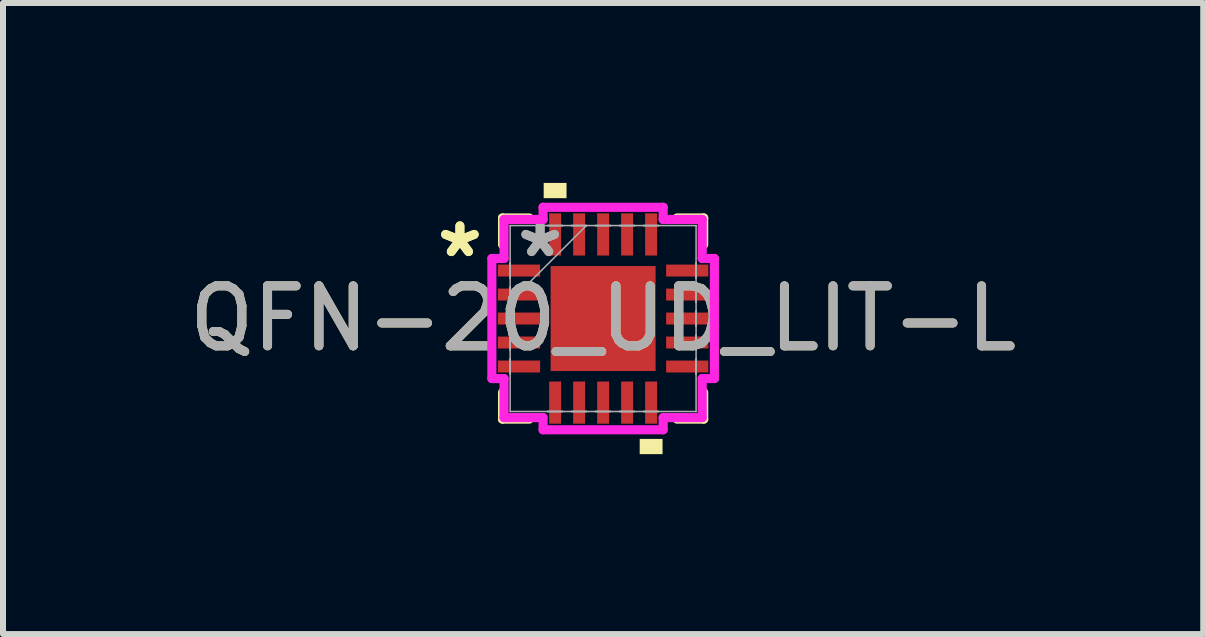
<source format=kicad_pcb>
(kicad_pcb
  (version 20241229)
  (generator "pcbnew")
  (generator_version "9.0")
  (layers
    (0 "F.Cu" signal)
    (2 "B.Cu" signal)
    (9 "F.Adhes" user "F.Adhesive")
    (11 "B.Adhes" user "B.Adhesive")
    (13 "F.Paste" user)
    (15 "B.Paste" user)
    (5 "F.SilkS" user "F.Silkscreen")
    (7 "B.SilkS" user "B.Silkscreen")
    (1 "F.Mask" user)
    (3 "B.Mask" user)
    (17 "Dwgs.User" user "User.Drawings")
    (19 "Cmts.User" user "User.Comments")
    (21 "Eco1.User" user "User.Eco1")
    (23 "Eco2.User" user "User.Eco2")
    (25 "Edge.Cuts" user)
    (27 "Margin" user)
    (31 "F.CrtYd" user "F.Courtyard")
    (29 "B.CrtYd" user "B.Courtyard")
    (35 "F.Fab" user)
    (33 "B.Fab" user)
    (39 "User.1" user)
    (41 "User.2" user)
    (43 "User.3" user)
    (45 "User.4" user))
  (footprint "QFN-20_UD_LIT-L"
    (layer "F.Cu")
    (at 7.006 2.261)
    (property "Reference" "QFN-20_UD_LIT-L" (at 0 0 0) (unlocked yes) (layer "F.SilkS") (effects (font (size 1 1) (thickness 0.15))))
    (attr smd)
    (fp_line (start -1.677 -1.677) (end -1.677 -1.232) (stroke (width 0.152) (type solid)) (layer "F.SilkS"))
    (fp_line (start -1.677 1.232) (end -1.677 1.677) (stroke (width 0.152) (type solid)) (layer "F.SilkS"))
    (fp_line (start -1.677 1.677) (end -1.232 1.677) (stroke (width 0.152) (type solid)) (layer "F.SilkS"))
    (fp_line (start -1.232 -1.677) (end -1.677 -1.677) (stroke (width 0.152) (type solid)) (layer "F.SilkS"))
    (fp_line (start 1.232 1.677) (end 1.677 1.677) (stroke (width 0.152) (type solid)) (layer "F.SilkS"))
    (fp_line (start 1.677 -1.677) (end 1.232 -1.677) (stroke (width 0.152) (type solid)) (layer "F.SilkS"))
    (fp_line (start 1.677 -1.232) (end 1.677 -1.677) (stroke (width 0.152) (type solid)) (layer "F.SilkS"))
    (fp_line (start 1.677 1.677) (end 1.677 1.232) (stroke (width 0.152) (type solid)) (layer "F.SilkS"))
    (fp_poly (pts (xy -0.991 -2.007) (xy -0.991 -2.261) (xy -0.61 -2.261) (xy -0.61 -2.007)) (stroke (width 0) (type solid)) (fill yes) (layer "F.SilkS"))
    (fp_poly (pts (xy 0.61 2.007) (xy 0.61 2.261) (xy 0.991 2.261) (xy 0.991 2.007)) (stroke (width 0) (type solid)) (fill yes) (layer "F.SilkS"))
    (fp_line (start -1.855 -1.001) (end -1.652 -1.001) (stroke (width 0.152) (type solid)) (layer "F.CrtYd"))
    (fp_line (start -1.855 1.001) (end -1.855 -1.001) (stroke (width 0.152) (type solid)) (layer "F.CrtYd"))
    (fp_line (start -1.652 -1.652) (end -1.001 -1.652) (stroke (width 0.152) (type solid)) (layer "F.CrtYd"))
    (fp_line (start -1.652 -1.001) (end -1.652 -1.652) (stroke (width 0.152) (type solid)) (layer "F.CrtYd"))
    (fp_line (start -1.652 1.001) (end -1.855 1.001) (stroke (width 0.152) (type solid)) (layer "F.CrtYd"))
    (fp_line (start -1.652 1.652) (end -1.652 1.001) (stroke (width 0.152) (type solid)) (layer "F.CrtYd"))
    (fp_line (start -1.001 -1.855) (end 1.001 -1.855) (stroke (width 0.152) (type solid)) (layer "F.CrtYd"))
    (fp_line (start -1.001 -1.652) (end -1.001 -1.855) (stroke (width 0.152) (type solid)) (layer "F.CrtYd"))
    (fp_line (start -1.001 1.652) (end -1.652 1.652) (stroke (width 0.152) (type solid)) (layer "F.CrtYd"))
    (fp_line (start -1.001 1.855) (end -1.001 1.652) (stroke (width 0.152) (type solid)) (layer "F.CrtYd"))
    (fp_line (start 1.001 -1.855) (end 1.001 -1.652) (stroke (width 0.152) (type solid)) (layer "F.CrtYd"))
    (fp_line (start 1.001 -1.652) (end 1.652 -1.652) (stroke (width 0.152) (type solid)) (layer "F.CrtYd"))
    (fp_line (start 1.001 1.652) (end 1.001 1.855) (stroke (width 0.152) (type solid)) (layer "F.CrtYd"))
    (fp_line (start 1.001 1.855) (end -1.001 1.855) (stroke (width 0.152) (type solid)) (layer "F.CrtYd"))
    (fp_line (start 1.652 -1.652) (end 1.652 -1.001) (stroke (width 0.152) (type solid)) (layer "F.CrtYd"))
    (fp_line (start 1.652 -1.001) (end 1.855 -1.001) (stroke (width 0.152) (type solid)) (layer "F.CrtYd"))
    (fp_line (start 1.652 1.001) (end 1.652 1.652) (stroke (width 0.152) (type solid)) (layer "F.CrtYd"))
    (fp_line (start 1.652 1.652) (end 1.001 1.652) (stroke (width 0.152) (type solid)) (layer "F.CrtYd"))
    (fp_line (start 1.855 -1.001) (end 1.855 1.001) (stroke (width 0.152) (type solid)) (layer "F.CrtYd"))
    (fp_line (start 1.855 1.001) (end 1.652 1.001) (stroke (width 0.152) (type solid)) (layer "F.CrtYd"))
    (fp_line (start -1.55 -1.55) (end -1.55 -1.55) (stroke (width 0.025) (type solid)) (layer "F.Fab"))
    (fp_line (start -1.55 -1.55) (end -1.55 1.55) (stroke (width 0.025) (type solid)) (layer "F.Fab"))
    (fp_line (start -1.55 -0.925) (end -1.55 -0.925) (stroke (width 0.025) (type solid)) (layer "F.Fab"))
    (fp_line (start -1.55 -0.925) (end -1.55 -0.675) (stroke (width 0.025) (type solid)) (layer "F.Fab"))
    (fp_line (start -1.55 -0.675) (end -1.55 -0.925) (stroke (width 0.025) (type solid)) (layer "F.Fab"))
    (fp_line (start -1.55 -0.675) (end -1.55 -0.675) (stroke (width 0.025) (type solid)) (layer "F.Fab"))
    (fp_line (start -1.55 -0.525) (end -1.55 -0.525) (stroke (width 0.025) (type solid)) (layer "F.Fab"))
    (fp_line (start -1.55 -0.525) (end -1.55 -0.275) (stroke (width 0.025) (type solid)) (layer "F.Fab"))
    (fp_line (start -1.55 -0.28) (end -0.28 -1.55) (stroke (width 0.025) (type solid)) (layer "F.Fab"))
    (fp_line (start -1.55 -0.275) (end -1.55 -0.525) (stroke (width 0.025) (type solid)) (layer "F.Fab"))
    (fp_line (start -1.55 -0.275) (end -1.55 -0.275) (stroke (width 0.025) (type solid)) (layer "F.Fab"))
    (fp_line (start -1.55 -0.125) (end -1.55 -0.125) (stroke (width 0.025) (type solid)) (layer "F.Fab"))
    (fp_line (start -1.55 -0.125) (end -1.55 0.125) (stroke (width 0.025) (type solid)) (layer "F.Fab"))
    (fp_line (start -1.55 0.125) (end -1.55 -0.125) (stroke (width 0.025) (type solid)) (layer "F.Fab"))
    (fp_line (start -1.55 0.125) (end -1.55 0.125) (stroke (width 0.025) (type solid)) (layer "F.Fab"))
    (fp_line (start -1.55 0.275) (end -1.55 0.275) (stroke (width 0.025) (type solid)) (layer "F.Fab"))
    (fp_line (start -1.55 0.275) (end -1.55 0.525) (stroke (width 0.025) (type solid)) (layer "F.Fab"))
    (fp_line (start -1.55 0.525) (end -1.55 0.275) (stroke (width 0.025) (type solid)) (layer "F.Fab"))
    (fp_line (start -1.55 0.525) (end -1.55 0.525) (stroke (width 0.025) (type solid)) (layer "F.Fab"))
    (fp_line (start -1.55 0.675) (end -1.55 0.675) (stroke (width 0.025) (type solid)) (layer "F.Fab"))
    (fp_line (start -1.55 0.675) (end -1.55 0.925) (stroke (width 0.025) (type solid)) (layer "F.Fab"))
    (fp_line (start -1.55 0.925) (end -1.55 0.675) (stroke (width 0.025) (type solid)) (layer "F.Fab"))
    (fp_line (start -1.55 0.925) (end -1.55 0.925) (stroke (width 0.025) (type solid)) (layer "F.Fab"))
    (fp_line (start -1.55 1.55) (end -1.55 1.55) (stroke (width 0.025) (type solid)) (layer "F.Fab"))
    (fp_line (start -1.55 1.55) (end 1.55 1.55) (stroke (width 0.025) (type solid)) (layer "F.Fab"))
    (fp_line (start -0.925 -1.55) (end -0.925 -1.55) (stroke (width 0.025) (type solid)) (layer "F.Fab"))
    (fp_line (start -0.925 -1.55) (end -0.675 -1.55) (stroke (width 0.025) (type solid)) (layer "F.Fab"))
    (fp_line (start -0.925 1.55) (end -0.925 1.55) (stroke (width 0.025) (type solid)) (layer "F.Fab"))
    (fp_line (start -0.925 1.55) (end -0.675 1.55) (stroke (width 0.025) (type solid)) (layer "F.Fab"))
    (fp_line (start -0.675 -1.55) (end -0.925 -1.55) (stroke (width 0.025) (type solid)) (layer "F.Fab"))
    (fp_line (start -0.675 -1.55) (end -0.675 -1.55) (stroke (width 0.025) (type solid)) (layer "F.Fab"))
    (fp_line (start -0.675 1.55) (end -0.925 1.55) (stroke (width 0.025) (type solid)) (layer "F.Fab"))
    (fp_line (start -0.675 1.55) (end -0.675 1.55) (stroke (width 0.025) (type solid)) (layer "F.Fab"))
    (fp_line (start -0.525 -1.55) (end -0.525 -1.55) (stroke (width 0.025) (type solid)) (layer "F.Fab"))
    (fp_line (start -0.525 -1.55) (end -0.275 -1.55) (stroke (width 0.025) (type solid)) (layer "F.Fab"))
    (fp_line (start -0.525 1.55) (end -0.525 1.55) (stroke (width 0.025) (type solid)) (layer "F.Fab"))
    (fp_line (start -0.525 1.55) (end -0.275 1.55) (stroke (width 0.025) (type solid)) (layer "F.Fab"))
    (fp_line (start -0.275 -1.55) (end -0.525 -1.55) (stroke (width 0.025) (type solid)) (layer "F.Fab"))
    (fp_line (start -0.275 -1.55) (end -0.275 -1.55) (stroke (width 0.025) (type solid)) (layer "F.Fab"))
    (fp_line (start -0.275 1.55) (end -0.525 1.55) (stroke (width 0.025) (type solid)) (layer "F.Fab"))
    (fp_line (start -0.275 1.55) (end -0.275 1.55) (stroke (width 0.025) (type solid)) (layer "F.Fab"))
    (fp_line (start -0.125 -1.55) (end -0.125 -1.55) (stroke (width 0.025) (type solid)) (layer "F.Fab"))
    (fp_line (start -0.125 -1.55) (end 0.125 -1.55) (stroke (width 0.025) (type solid)) (layer "F.Fab"))
    (fp_line (start -0.125 1.55) (end -0.125 1.55) (stroke (width 0.025) (type solid)) (layer "F.Fab"))
    (fp_line (start -0.125 1.55) (end 0.125 1.55) (stroke (width 0.025) (type solid)) (layer "F.Fab"))
    (fp_line (start 0.125 -1.55) (end -0.125 -1.55) (stroke (width 0.025) (type solid)) (layer "F.Fab"))
    (fp_line (start 0.125 -1.55) (end 0.125 -1.55) (stroke (width 0.025) (type solid)) (layer "F.Fab"))
    (fp_line (start 0.125 1.55) (end -0.125 1.55) (stroke (width 0.025) (type solid)) (layer "F.Fab"))
    (fp_line (start 0.125 1.55) (end 0.125 1.55) (stroke (width 0.025) (type solid)) (layer "F.Fab"))
    (fp_line (start 0.275 -1.55) (end 0.275 -1.55) (stroke (width 0.025) (type solid)) (layer "F.Fab"))
    (fp_line (start 0.275 -1.55) (end 0.525 -1.55) (stroke (width 0.025) (type solid)) (layer "F.Fab"))
    (fp_line (start 0.275 1.55) (end 0.275 1.55) (stroke (width 0.025) (type solid)) (layer "F.Fab"))
    (fp_line (start 0.275 1.55) (end 0.525 1.55) (stroke (width 0.025) (type solid)) (layer "F.Fab"))
    (fp_line (start 0.525 -1.55) (end 0.275 -1.55) (stroke (width 0.025) (type solid)) (layer "F.Fab"))
    (fp_line (start 0.525 -1.55) (end 0.525 -1.55) (stroke (width 0.025) (type solid)) (layer "F.Fab"))
    (fp_line (start 0.525 1.55) (end 0.275 1.55) (stroke (width 0.025) (type solid)) (layer "F.Fab"))
    (fp_line (start 0.525 1.55) (end 0.525 1.55) (stroke (width 0.025) (type solid)) (layer "F.Fab"))
    (fp_line (start 0.675 -1.55) (end 0.675 -1.55) (stroke (width 0.025) (type solid)) (layer "F.Fab"))
    (fp_line (start 0.675 -1.55) (end 0.925 -1.55) (stroke (width 0.025) (type solid)) (layer "F.Fab"))
    (fp_line (start 0.675 1.55) (end 0.675 1.55) (stroke (width 0.025) (type solid)) (layer "F.Fab"))
    (fp_line (start 0.675 1.55) (end 0.925 1.55) (stroke (width 0.025) (type solid)) (layer "F.Fab"))
    (fp_line (start 0.925 -1.55) (end 0.675 -1.55) (stroke (width 0.025) (type solid)) (layer "F.Fab"))
    (fp_line (start 0.925 -1.55) (end 0.925 -1.55) (stroke (width 0.025) (type solid)) (layer "F.Fab"))
    (fp_line (start 0.925 1.55) (end 0.675 1.55) (stroke (width 0.025) (type solid)) (layer "F.Fab"))
    (fp_line (start 0.925 1.55) (end 0.925 1.55) (stroke (width 0.025) (type solid)) (layer "F.Fab"))
    (fp_line (start 1.55 -1.55) (end -1.55 -1.55) (stroke (width 0.025) (type solid)) (layer "F.Fab"))
    (fp_line (start 1.55 -1.55) (end 1.55 -1.55) (stroke (width 0.025) (type solid)) (layer "F.Fab"))
    (fp_line (start 1.55 -0.925) (end 1.55 -0.925) (stroke (width 0.025) (type solid)) (layer "F.Fab"))
    (fp_line (start 1.55 -0.925) (end 1.55 -0.675) (stroke (width 0.025) (type solid)) (layer "F.Fab"))
    (fp_line (start 1.55 -0.675) (end 1.55 -0.925) (stroke (width 0.025) (type solid)) (layer "F.Fab"))
    (fp_line (start 1.55 -0.675) (end 1.55 -0.675) (stroke (width 0.025) (type solid)) (layer "F.Fab"))
    (fp_line (start 1.55 -0.525) (end 1.55 -0.525) (stroke (width 0.025) (type solid)) (layer "F.Fab"))
    (fp_line (start 1.55 -0.525) (end 1.55 -0.275) (stroke (width 0.025) (type solid)) (layer "F.Fab"))
    (fp_line (start 1.55 -0.275) (end 1.55 -0.525) (stroke (width 0.025) (type solid)) (layer "F.Fab"))
    (fp_line (start 1.55 -0.275) (end 1.55 -0.275) (stroke (width 0.025) (type solid)) (layer "F.Fab"))
    (fp_line (start 1.55 -0.125) (end 1.55 -0.125) (stroke (width 0.025) (type solid)) (layer "F.Fab"))
    (fp_line (start 1.55 -0.125) (end 1.55 0.125) (stroke (width 0.025) (type solid)) (layer "F.Fab"))
    (fp_line (start 1.55 0.125) (end 1.55 -0.125) (stroke (width 0.025) (type solid)) (layer "F.Fab"))
    (fp_line (start 1.55 0.125) (end 1.55 0.125) (stroke (width 0.025) (type solid)) (layer "F.Fab"))
    (fp_line (start 1.55 0.275) (end 1.55 0.275) (stroke (width 0.025) (type solid)) (layer "F.Fab"))
    (fp_line (start 1.55 0.275) (end 1.55 0.525) (stroke (width 0.025) (type solid)) (layer "F.Fab"))
    (fp_line (start 1.55 0.525) (end 1.55 0.275) (stroke (width 0.025) (type solid)) (layer "F.Fab"))
    (fp_line (start 1.55 0.525) (end 1.55 0.525) (stroke (width 0.025) (type solid)) (layer "F.Fab"))
    (fp_line (start 1.55 0.675) (end 1.55 0.675) (stroke (width 0.025) (type solid)) (layer "F.Fab"))
    (fp_line (start 1.55 0.675) (end 1.55 0.925) (stroke (width 0.025) (type solid)) (layer "F.Fab"))
    (fp_line (start 1.55 0.925) (end 1.55 0.675) (stroke (width 0.025) (type solid)) (layer "F.Fab"))
    (fp_line (start 1.55 0.925) (end 1.55 0.925) (stroke (width 0.025) (type solid)) (layer "F.Fab"))
    (fp_line (start 1.55 1.55) (end 1.55 -1.55) (stroke (width 0.025) (type solid)) (layer "F.Fab"))
    (fp_line (start 1.55 1.55) (end 1.55 1.55) (stroke (width 0.025) (type solid)) (layer "F.Fab"))
    (fp_text user "*" (at -2.388 -1 0) (unlocked yes) (layer "F.SilkS") (effects (font (size 1 1) (thickness 0.15))))
    (fp_text user "*" (at -2.388 -1 0) (layer "F.SilkS") (effects (font (size 1 1) (thickness 0.15))))
    (fp_text user "*" (at -1.05 -1 0) (unlocked yes) (layer "F.Fab") (effects (font (size 1 1) (thickness 0.15))))
    (fp_text user "*" (at -1.05 -1 0) (layer "F.Fab") (effects (font (size 1 1) (thickness 0.15))))
    (fp_text user "${REFERENCE}" (at 0 0 0) (unlocked yes) (layer "F.Fab") (effects (font (size 1 1) (thickness 0.15))))
    (pad "1" smd rect (at -1.402 -0.8 90) (size 0.199 0.703) (layers "F.Cu" "F.Mask" "F.Paste"))
    (pad "2" smd rect (at -1.402 -0.4 90) (size 0.199 0.703) (layers "F.Cu" "F.Mask" "F.Paste"))
    (pad "3" smd rect (at -1.402 0 90) (size 0.199 0.703) (layers "F.Cu" "F.Mask" "F.Paste"))
    (pad "4" smd rect (at -1.402 0.4 90) (size 0.199 0.703) (layers "F.Cu" "F.Mask" "F.Paste"))
    (pad "5" smd rect (at -1.402 0.8 90) (size 0.199 0.703) (layers "F.Cu" "F.Mask" "F.Paste"))
    (pad "6" smd rect (at -0.8 1.402) (size 0.199 0.703) (layers "F.Cu" "F.Mask" "F.Paste"))
    (pad "7" smd rect (at -0.4 1.402) (size 0.199 0.703) (layers "F.Cu" "F.Mask" "F.Paste"))
    (pad "8" smd rect (at 0 1.402) (size 0.199 0.703) (layers "F.Cu" "F.Mask" "F.Paste"))
    (pad "9" smd rect (at 0.4 1.402) (size 0.199 0.703) (layers "F.Cu" "F.Mask" "F.Paste"))
    (pad "10" smd rect (at 0.8 1.402) (size 0.199 0.703) (layers "F.Cu" "F.Mask" "F.Paste"))
    (pad "11" smd rect (at 1.402 0.8 90) (size 0.199 0.703) (layers "F.Cu" "F.Mask" "F.Paste"))
    (pad "12" smd rect (at 1.402 0.4 90) (size 0.199 0.703) (layers "F.Cu" "F.Mask" "F.Paste"))
    (pad "13" smd rect (at 1.402 0 90) (size 0.199 0.703) (layers "F.Cu" "F.Mask" "F.Paste"))
    (pad "14" smd rect (at 1.402 -0.4 90) (size 0.199 0.703) (layers "F.Cu" "F.Mask" "F.Paste"))
    (pad "15" smd rect (at 1.402 -0.8 90) (size 0.199 0.703) (layers "F.Cu" "F.Mask" "F.Paste"))
    (pad "16" smd rect (at 0.8 -1.402) (size 0.199 0.703) (layers "F.Cu" "F.Mask" "F.Paste"))
    (pad "17" smd rect (at 0.4 -1.402) (size 0.199 0.703) (layers "F.Cu" "F.Mask" "F.Paste"))
    (pad "18" smd rect (at 0 -1.402) (size 0.199 0.703) (layers "F.Cu" "F.Mask" "F.Paste"))
    (pad "19" smd rect (at -0.4 -1.402) (size 0.199 0.703) (layers "F.Cu" "F.Mask" "F.Paste"))
    (pad "20" smd rect (at -0.8 -1.402) (size 0.199 0.703) (layers "F.Cu" "F.Mask" "F.Paste"))
    (pad "21" smd rect (at 0 0) (size 1.75 1.75) (layers "F.Cu" "F.Mask" "F.Paste")))
  (gr_rect
    (start -3 -3)
    (end 17.012 7.522)
    (stroke (width 0.1) (type default))
    (fill no)
    (layer "Edge.Cuts")))
</source>
